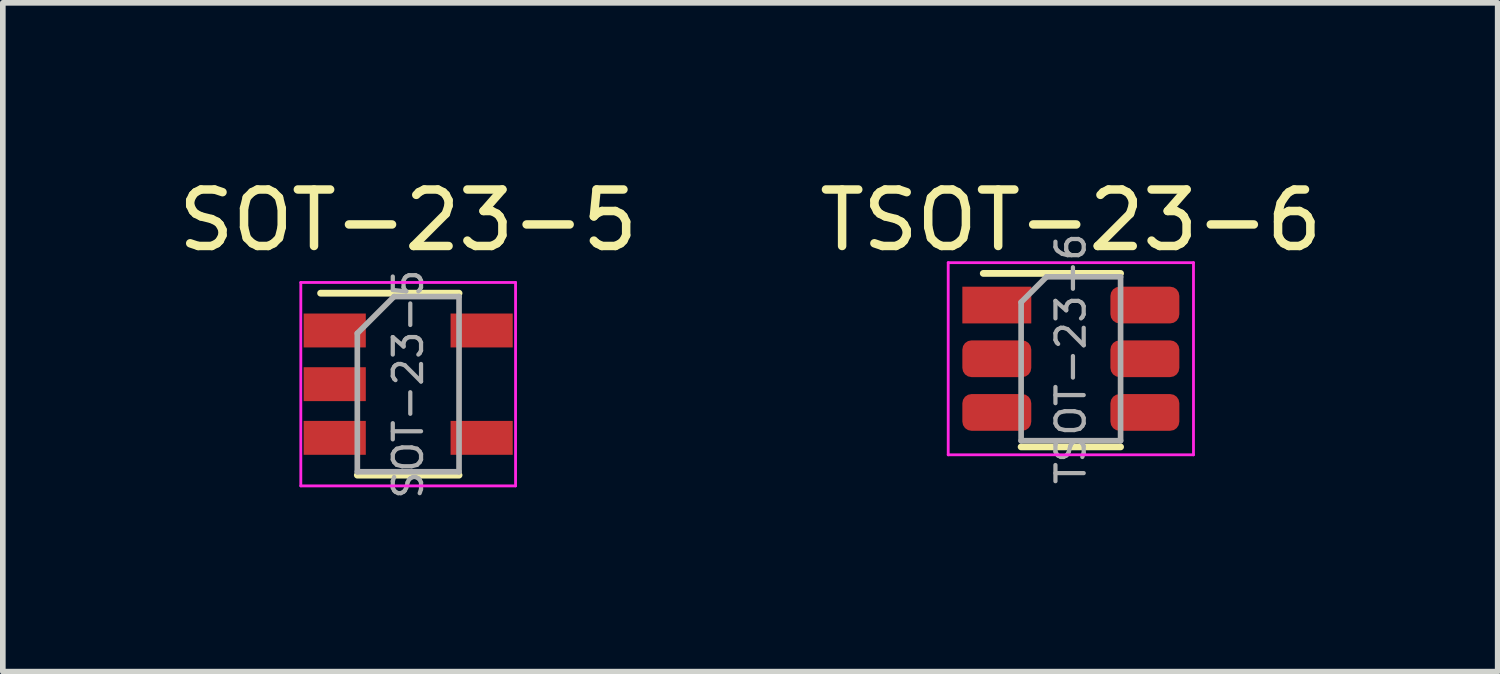
<source format=kicad_pcb>
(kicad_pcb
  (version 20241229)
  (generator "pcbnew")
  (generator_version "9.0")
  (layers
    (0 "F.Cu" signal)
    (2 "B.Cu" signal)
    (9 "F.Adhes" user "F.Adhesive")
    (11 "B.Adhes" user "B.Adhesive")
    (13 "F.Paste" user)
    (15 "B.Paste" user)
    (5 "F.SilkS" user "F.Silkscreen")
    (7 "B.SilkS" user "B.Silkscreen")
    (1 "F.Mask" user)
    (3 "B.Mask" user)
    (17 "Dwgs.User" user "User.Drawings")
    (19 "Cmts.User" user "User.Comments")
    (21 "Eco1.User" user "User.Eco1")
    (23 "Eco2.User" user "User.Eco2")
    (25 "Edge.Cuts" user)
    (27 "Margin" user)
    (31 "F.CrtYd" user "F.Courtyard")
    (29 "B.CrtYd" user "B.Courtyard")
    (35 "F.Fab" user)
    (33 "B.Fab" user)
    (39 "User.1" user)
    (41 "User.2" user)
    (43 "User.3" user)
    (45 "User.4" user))
  (footprint "TSOT-23-6"
    (layer "F.Cu")
    (at 15.899 3.298)
    (property "Reference" "TSOT-23-6" (at 0 -2.45 0) (layer "F.SilkS") (effects (font (size 1 1) (thickness 0.15))))
    (attr smd)
    (fp_line (start -0.88 1.56) (end 0.88 1.56) (stroke (width 0.12) (type solid)) (layer "F.SilkS"))
    (fp_line (start 0.88 -1.51) (end -1.55 -1.51) (stroke (width 0.12) (type solid)) (layer "F.SilkS"))
    (fp_line (start -2.17 -1.7) (end -2.17 1.7) (stroke (width 0.05) (type solid)) (layer "F.CrtYd"))
    (fp_line (start -2.17 -1.7) (end 2.17 -1.7) (stroke (width 0.05) (type solid)) (layer "F.CrtYd"))
    (fp_line (start 2.17 1.7) (end -2.17 1.7) (stroke (width 0.05) (type solid)) (layer "F.CrtYd"))
    (fp_line (start 2.17 1.7) (end 2.17 -1.7) (stroke (width 0.05) (type solid)) (layer "F.CrtYd"))
    (fp_line (start -0.88 -1) (end -0.88 1.45) (stroke (width 0.1) (type solid)) (layer "F.Fab"))
    (fp_line (start -0.88 -1) (end -0.43 -1.45) (stroke (width 0.1) (type solid)) (layer "F.Fab"))
    (fp_line (start 0.88 -1.45) (end -0.43 -1.45) (stroke (width 0.1) (type solid)) (layer "F.Fab"))
    (fp_line (start 0.88 -1.45) (end 0.88 1.45) (stroke (width 0.1) (type solid)) (layer "F.Fab"))
    (fp_line (start 0.88 1.45) (end -0.88 1.45) (stroke (width 0.1) (type solid)) (layer "F.Fab"))
    (fp_text user "${REFERENCE}" (at 0 0 90) (layer "F.Fab") (effects (font (size 0.5 0.5) (thickness 0.075))))
    (pad "1" smd rect (at -1.31 -0.95) (size 1.22 0.65) (layers "F.Cu" "F.Mask" "F.Paste"))
    (pad "2" smd roundrect (at -1.31 0) (size 1.22 0.65) (layers "F.Cu" "F.Mask" "F.Paste") (roundrect_rratio 0.25))
    (pad "3" smd roundrect (at -1.31 0.95) (size 1.22 0.65) (layers "F.Cu" "F.Mask" "F.Paste") (roundrect_rratio 0.25))
    (pad "4" smd roundrect (at 1.31 0.95) (size 1.22 0.65) (layers "F.Cu" "F.Mask" "F.Paste") (roundrect_rratio 0.25))
    (pad "5" smd roundrect (at 1.31 0) (size 1.22 0.65) (layers "F.Cu" "F.Mask" "F.Paste") (roundrect_rratio 0.25))
    (pad "6" smd roundrect (at 1.31 -0.95) (size 1.22 0.65) (layers "F.Cu" "F.Mask" "F.Paste") (roundrect_rratio 0.25)))
  (footprint "SOT-23-5"
    (layer "F.Cu")
    (at 4.173 3.748)
    (property "Reference" "SOT-23-5" (at 0 -2.9 0) (layer "F.SilkS") (effects (font (size 1 1) (thickness 0.15))))
    (attr smd)
    (fp_line (start -0.9 1.61) (end 0.9 1.61) (stroke (width 0.12) (type solid)) (layer "F.SilkS"))
    (fp_line (start 0.9 -1.61) (end -1.55 -1.61) (stroke (width 0.12) (type solid)) (layer "F.SilkS"))
    (fp_line (start -1.9 -1.8) (end 1.9 -1.8) (stroke (width 0.05) (type solid)) (layer "F.CrtYd"))
    (fp_line (start -1.9 1.8) (end -1.9 -1.8) (stroke (width 0.05) (type solid)) (layer "F.CrtYd"))
    (fp_line (start 1.9 -1.8) (end 1.9 1.8) (stroke (width 0.05) (type solid)) (layer "F.CrtYd"))
    (fp_line (start 1.9 1.8) (end -1.9 1.8) (stroke (width 0.05) (type solid)) (layer "F.CrtYd"))
    (fp_line (start -0.9 -0.9) (end -0.9 1.55) (stroke (width 0.1) (type solid)) (layer "F.Fab"))
    (fp_line (start -0.9 -0.9) (end -0.25 -1.55) (stroke (width 0.1) (type solid)) (layer "F.Fab"))
    (fp_line (start 0.9 -1.55) (end -0.25 -1.55) (stroke (width 0.1) (type solid)) (layer "F.Fab"))
    (fp_line (start 0.9 -1.55) (end 0.9 1.55) (stroke (width 0.1) (type solid)) (layer "F.Fab"))
    (fp_line (start 0.9 1.55) (end -0.9 1.55) (stroke (width 0.1) (type solid)) (layer "F.Fab"))
    (fp_text user "${REFERENCE}" (at 0 0 90) (layer "F.Fab") (effects (font (size 0.5 0.5) (thickness 0.075))))
    (pad "1" smd rect (at -1.3 -0.95) (size 1.1 0.6) (layers "F.Cu" "F.Mask" "F.Paste"))
    (pad "2" smd rect (at -1.3 0) (size 1.1 0.6) (layers "F.Cu" "F.Mask" "F.Paste"))
    (pad "3" smd rect (at -1.3 0.95) (size 1.1 0.6) (layers "F.Cu" "F.Mask" "F.Paste"))
    (pad "4" smd rect (at 1.3 0.95) (size 1.1 0.6) (layers "F.Cu" "F.Mask" "F.Paste"))
    (pad "5" smd rect (at 1.3 -0.95) (size 1.1 0.6) (layers "F.Cu" "F.Mask" "F.Paste")))
  (gr_rect
    (start -3 -3)
    (end 23.452 8.835)
    (stroke (width 0.1) (type default))
    (fill no)
    (layer "Edge.Cuts")))
</source>
